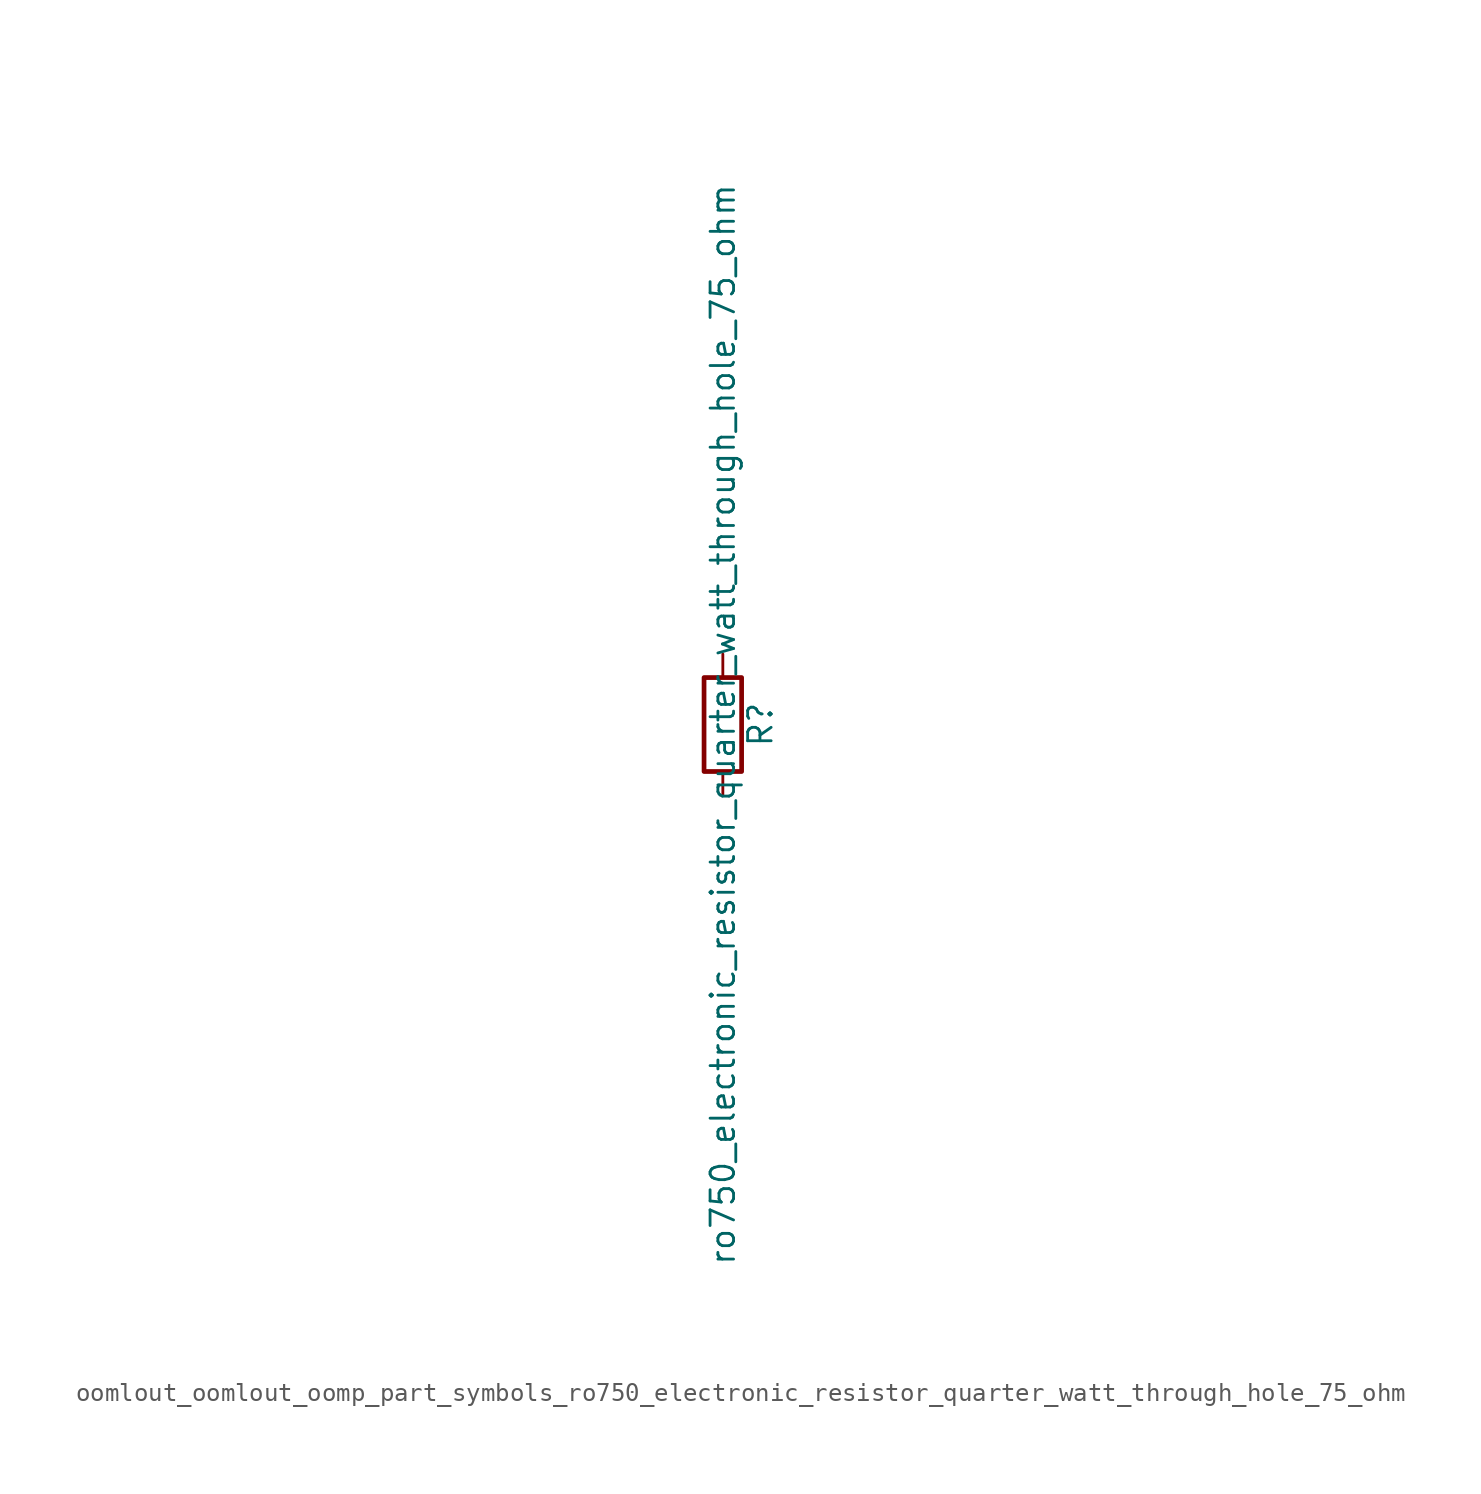
<source format=kicad_sym>
(kicad_symbol_lib
  (version 20220914)
  (generator kicad_symbol_editor)
  (symbol "oomlout_oomlout_oomp_part_symbols_ro750_electronic_resistor_quarter_watt_through_hole_75_ohm"
    (pin_numbers hide)
    (pin_names
      (offset 0))
    (property "Reference" "R"
      (at 2.032 0 90)
      (effects (font (size 1.27 1.27))))
    (property "Value" "ro750_electronic_resistor_quarter_watt_through_hole_75_ohm"
      (at 0 0 90)
      (effects (font (size 1.27 1.27))))
    (symbol "oomlout_oomlout_oomp_part_symbols_ro750_electronic_resistor_quarter_watt_through_hole_75_ohm_0_1"
      (rectangle (start -1.016 -2.54) (end 1.016 2.54) (stroke (width 0.254) (type default)) (fill (type none))))
    (symbol "oomlout_oomlout_oomp_part_symbols_ro750_electronic_resistor_quarter_watt_through_hole_75_ohm_1_1"
      (pin passive line (at 0 3.81 270) (length 1.27) (name "~" (effects (font (size 1.27 1.27)))) (number "1" (effects (font (size 1.27 1.27)))))
      (pin passive line (at 0 -3.81 90) (length 1.27) (name "~" (effects (font (size 1.27 1.27)))) (number "2" (effects (font (size 1.27 1.27))))))))
</source>
